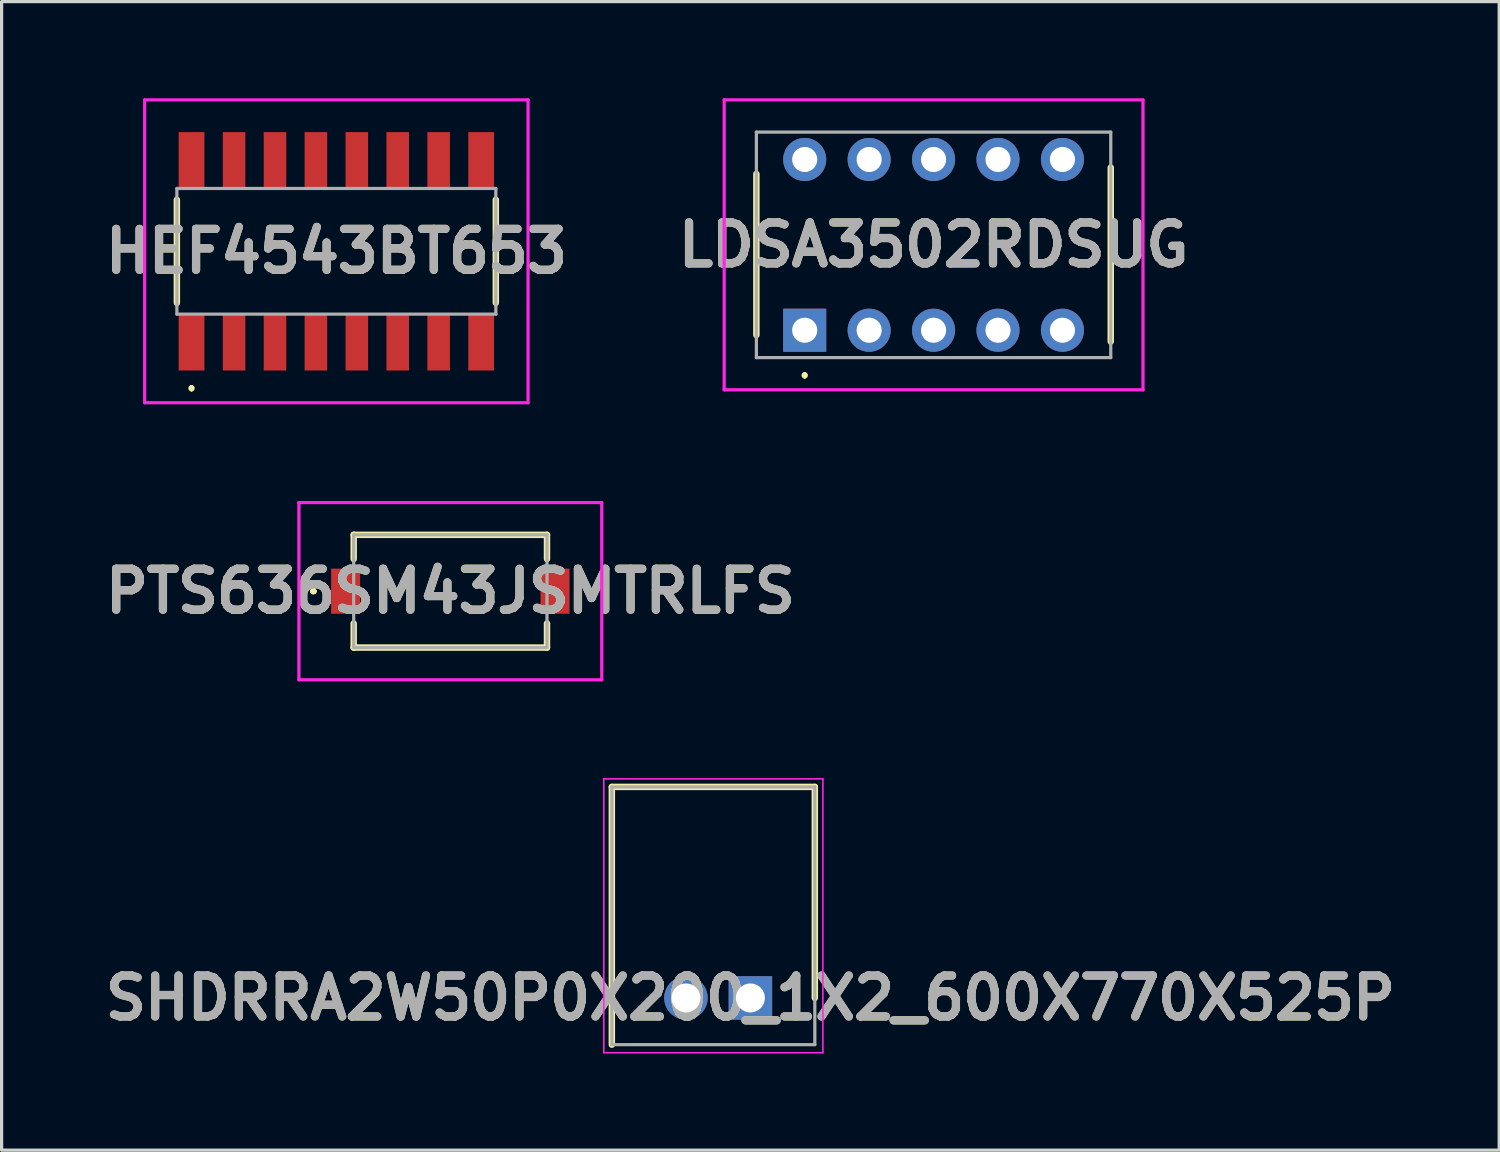
<source format=kicad_pcb>
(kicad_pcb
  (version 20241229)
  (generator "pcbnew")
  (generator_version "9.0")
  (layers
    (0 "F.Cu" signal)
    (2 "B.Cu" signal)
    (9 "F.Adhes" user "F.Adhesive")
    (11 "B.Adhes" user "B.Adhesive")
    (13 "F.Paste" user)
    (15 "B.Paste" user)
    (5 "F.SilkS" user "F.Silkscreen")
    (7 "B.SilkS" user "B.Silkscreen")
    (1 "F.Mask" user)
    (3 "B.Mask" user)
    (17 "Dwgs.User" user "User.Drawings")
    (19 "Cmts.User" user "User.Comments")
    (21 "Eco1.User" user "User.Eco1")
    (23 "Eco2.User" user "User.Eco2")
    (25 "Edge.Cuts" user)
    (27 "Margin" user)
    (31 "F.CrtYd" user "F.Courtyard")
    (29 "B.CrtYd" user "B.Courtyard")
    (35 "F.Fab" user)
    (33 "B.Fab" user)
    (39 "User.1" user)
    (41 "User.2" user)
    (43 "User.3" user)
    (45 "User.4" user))
  (footprint "PTS636SM43JSMTRLFS"
    (layer "F.Cu")
    (at 10.928 15.3)
    (property "Reference" "PTS636SM43JSMTRLFS" (at 0 0 0) (layer "F.SilkS") (effects (font (size 1.27 1.27) (thickness 0.254))))
    (attr smd)
    (fp_line (start -4.3 0) (end -4.3 0) (stroke (width 0.1) (type solid)) (layer "F.SilkS"))
    (fp_line (start -4.3 0) (end -4.3 0) (stroke (width 0.1) (type solid)) (layer "F.SilkS"))
    (fp_line (start -4.2 0) (end -4.2 0) (stroke (width 0.1) (type solid)) (layer "F.SilkS"))
    (fp_line (start -3 -1.75) (end 3 -1.75) (stroke (width 0.2) (type solid)) (layer "F.SilkS"))
    (fp_line (start -3 -1) (end -3 -1.75) (stroke (width 0.2) (type solid)) (layer "F.SilkS"))
    (fp_line (start -3 1) (end -3 1.75) (stroke (width 0.2) (type solid)) (layer "F.SilkS"))
    (fp_line (start -3 1.75) (end 3 1.75) (stroke (width 0.2) (type solid)) (layer "F.SilkS"))
    (fp_line (start 3 -1.75) (end 3 -1) (stroke (width 0.2) (type solid)) (layer "F.SilkS"))
    (fp_line (start 3 1.75) (end 3 1) (stroke (width 0.2) (type solid)) (layer "F.SilkS"))
    (fp_arc (start -4.3 0) (mid -4.25 -0.05) (end -4.2 0) (stroke (width 0.1) (type solid)) (layer "F.SilkS"))
    (fp_arc (start -4.2 0) (mid -4.25 0.05) (end -4.3 0) (stroke (width 0.1) (type solid)) (layer "F.SilkS"))
    (fp_arc (start -4.2 0) (mid -4.25 0.05) (end -4.3 0) (stroke (width 0.1) (type solid)) (layer "F.SilkS"))
    (fp_line (start -4.7 -2.75) (end 4.7 -2.75) (stroke (width 0.1) (type solid)) (layer "F.CrtYd"))
    (fp_line (start -4.7 2.75) (end -4.7 -2.75) (stroke (width 0.1) (type solid)) (layer "F.CrtYd"))
    (fp_line (start 4.7 -2.75) (end 4.7 2.75) (stroke (width 0.1) (type solid)) (layer "F.CrtYd"))
    (fp_line (start 4.7 2.75) (end -4.7 2.75) (stroke (width 0.1) (type solid)) (layer "F.CrtYd"))
    (fp_line (start -3 -1.75) (end -3 1.75) (stroke (width 0.1) (type solid)) (layer "F.Fab"))
    (fp_line (start -3 1.75) (end 3 1.75) (stroke (width 0.1) (type solid)) (layer "F.Fab"))
    (fp_line (start 3 -1.75) (end -3 -1.75) (stroke (width 0.1) (type solid)) (layer "F.Fab"))
    (fp_line (start 3 1.75) (end 3 -1.75) (stroke (width 0.1) (type solid)) (layer "F.Fab"))
    (fp_text user "${REFERENCE}" (at 0 0 0) (layer "F.Fab") (effects (font (size 1.27 1.27) (thickness 0.254))))
    (pad "1" smd rect (at -3.25 0) (size 0.9 1.4) (layers "F.Cu" "F.Mask" "F.Paste"))
    (pad "2" smd rect (at 3.25 0) (size 0.9 1.4) (layers "F.Cu" "F.Mask" "F.Paste")))
  (footprint "HEF4543BT653"
    (layer "F.Cu")
    (at 7.39 4.75)
    (property "Reference" "HEF4543BT653" (at 0 0 0) (layer "F.SilkS") (effects (font (size 1.27 1.27) (thickness 0.254))))
    (attr smd)
    (fp_line (start -4.95 -1.6) (end -4.95 1.6) (stroke (width 0.2) (type solid)) (layer "F.SilkS"))
    (fp_line (start -4.495 4.2) (end -4.495 4.2) (stroke (width 0.1) (type solid)) (layer "F.SilkS"))
    (fp_line (start -4.495 4.3) (end -4.495 4.3) (stroke (width 0.1) (type solid)) (layer "F.SilkS"))
    (fp_line (start 4.95 -1.6) (end 4.95 1.6) (stroke (width 0.2) (type solid)) (layer "F.SilkS"))
    (fp_arc (start -4.495 4.2) (mid -4.445 4.25) (end -4.495 4.3) (stroke (width 0.1) (type solid)) (layer "F.SilkS"))
    (fp_arc (start -4.495 4.3) (mid -4.545 4.25) (end -4.495 4.2) (stroke (width 0.1) (type solid)) (layer "F.SilkS"))
    (fp_line (start -5.95 -4.7) (end 5.95 -4.7) (stroke (width 0.1) (type solid)) (layer "F.CrtYd"))
    (fp_line (start -5.95 4.7) (end -5.95 -4.7) (stroke (width 0.1) (type solid)) (layer "F.CrtYd"))
    (fp_line (start 5.95 -4.7) (end 5.95 4.7) (stroke (width 0.1) (type solid)) (layer "F.CrtYd"))
    (fp_line (start 5.95 4.7) (end -5.95 4.7) (stroke (width 0.1) (type solid)) (layer "F.CrtYd"))
    (fp_line (start -4.95 -1.95) (end 4.95 -1.95) (stroke (width 0.1) (type solid)) (layer "F.Fab"))
    (fp_line (start -4.95 1.95) (end -4.95 -1.95) (stroke (width 0.1) (type solid)) (layer "F.Fab"))
    (fp_line (start 4.95 -1.95) (end 4.95 1.95) (stroke (width 0.1) (type solid)) (layer "F.Fab"))
    (fp_line (start 4.95 1.95) (end -4.95 1.95) (stroke (width 0.1) (type solid)) (layer "F.Fab"))
    (fp_text user "${REFERENCE}" (at 0 0 0) (layer "F.Fab") (effects (font (size 1.27 1.27) (thickness 0.254))))
    (pad "1" smd rect (at -4.495 2.825) (size 0.8 1.75) (layers "F.Cu" "F.Mask" "F.Paste"))
    (pad "2" smd rect (at -3.175 2.825) (size 0.7 1.75) (layers "F.Cu" "F.Mask" "F.Paste"))
    (pad "3" smd rect (at -1.905 2.825) (size 0.7 1.75) (layers "F.Cu" "F.Mask" "F.Paste"))
    (pad "4" smd rect (at -0.635 2.825) (size 0.7 1.75) (layers "F.Cu" "F.Mask" "F.Paste"))
    (pad "5" smd rect (at 0.635 2.825) (size 0.7 1.75) (layers "F.Cu" "F.Mask" "F.Paste"))
    (pad "6" smd rect (at 1.905 2.825) (size 0.7 1.75) (layers "F.Cu" "F.Mask" "F.Paste"))
    (pad "7" smd rect (at 3.175 2.825) (size 0.7 1.75) (layers "F.Cu" "F.Mask" "F.Paste"))
    (pad "8" smd rect (at 4.495 2.825) (size 0.8 1.75) (layers "F.Cu" "F.Mask" "F.Paste"))
    (pad "9" smd rect (at 4.495 -2.825) (size 0.8 1.75) (layers "F.Cu" "F.Mask" "F.Paste"))
    (pad "10" smd rect (at 3.175 -2.825) (size 0.7 1.75) (layers "F.Cu" "F.Mask" "F.Paste"))
    (pad "11" smd rect (at 1.905 -2.825) (size 0.7 1.75) (layers "F.Cu" "F.Mask" "F.Paste"))
    (pad "12" smd rect (at 0.635 -2.825) (size 0.7 1.75) (layers "F.Cu" "F.Mask" "F.Paste"))
    (pad "13" smd rect (at -0.635 -2.825) (size 0.7 1.75) (layers "F.Cu" "F.Mask" "F.Paste"))
    (pad "14" smd rect (at -1.905 -2.825) (size 0.7 1.75) (layers "F.Cu" "F.Mask" "F.Paste"))
    (pad "15" smd rect (at -3.175 -2.825) (size 0.7 1.75) (layers "F.Cu" "F.Mask" "F.Paste"))
    (pad "16" smd rect (at -4.495 -2.825) (size 0.8 1.75) (layers "F.Cu" "F.Mask" "F.Paste")))
  (footprint "SHDRRA2W50P0X200_1X2_600X770X525P"
    (layer "F.Cu")
    (at 20.241 27.925)
    (property "Reference" "SHDRRA2W50P0X200_1X2_600X770X525P" (at 0 0 0) (layer "F.SilkS") (effects (font (size 1.27 1.27) (thickness 0.254))))
    (attr through_hole)
    (fp_line (start -4.3 -6.55) (end -4.3 1.45) (stroke (width 0.2) (type solid)) (layer "F.SilkS"))
    (fp_line (start 2 -6.55) (end -4.3 -6.55) (stroke (width 0.2) (type solid)) (layer "F.SilkS"))
    (fp_line (start 2 0) (end 2 -6.55) (stroke (width 0.2) (type solid)) (layer "F.SilkS"))
    (fp_line (start -4.55 -6.8) (end 2.25 -6.8) (stroke (width 0.05) (type solid)) (layer "F.CrtYd"))
    (fp_line (start -4.55 1.7) (end -4.55 -6.8) (stroke (width 0.05) (type solid)) (layer "F.CrtYd"))
    (fp_line (start 2.25 -6.8) (end 2.25 1.7) (stroke (width 0.05) (type solid)) (layer "F.CrtYd"))
    (fp_line (start 2.25 1.7) (end -4.55 1.7) (stroke (width 0.05) (type solid)) (layer "F.CrtYd"))
    (fp_line (start -4.3 -6.55) (end 2 -6.55) (stroke (width 0.1) (type solid)) (layer "F.Fab"))
    (fp_line (start -4.3 1.45) (end -4.3 -6.55) (stroke (width 0.1) (type solid)) (layer "F.Fab"))
    (fp_line (start 2 -6.55) (end 2 1.45) (stroke (width 0.1) (type solid)) (layer "F.Fab"))
    (fp_line (start 2 1.45) (end -4.3 1.45) (stroke (width 0.1) (type solid)) (layer "F.Fab"))
    (fp_text user "${REFERENCE}" (at 0 0 0) (layer "F.Fab") (effects (font (size 1.27 1.27) (thickness 0.254))))
    (pad "1" thru_hole rect (at 0 0) (size 1.35 1.35) (drill 0.9) (layers "*.Cu" "*.Mask"))
    (pad "2" thru_hole circle (at -2 0) (size 1.35 1.35) (drill 0.9) (layers "*.Cu" "*.Mask")))
  (footprint "LDSA3502RDSUG"
    (layer "F.Cu")
    (at 21.927 7.2)
    (property "Reference" "LDSA3502RDSUG" (at 4 -2.65 0) (layer "F.SilkS") (effects (font (size 1.27 1.27) (thickness 0.254))))
    (attr through_hole)
    (fp_line (start -1.5 0.15) (end -1.5 -4.85) (stroke (width 0.2) (type solid)) (layer "F.SilkS"))
    (fp_line (start 0 1.35) (end 0 1.35) (stroke (width 0.1) (type solid)) (layer "F.SilkS"))
    (fp_line (start 0 1.45) (end 0 1.45) (stroke (width 0.1) (type solid)) (layer "F.SilkS"))
    (fp_line (start 9.5 -5.05) (end 9.5 0.35) (stroke (width 0.2) (type solid)) (layer "F.SilkS"))
    (fp_arc (start 0 1.35) (mid 0.05 1.4) (end 0 1.45) (stroke (width 0.1) (type solid)) (layer "F.SilkS"))
    (fp_arc (start 0 1.45) (mid -0.05 1.4) (end 0 1.35) (stroke (width 0.1) (type solid)) (layer "F.SilkS"))
    (fp_line (start -2.5 -7.15) (end 10.5 -7.15) (stroke (width 0.1) (type solid)) (layer "F.CrtYd"))
    (fp_line (start -2.5 1.85) (end -2.5 -7.15) (stroke (width 0.1) (type solid)) (layer "F.CrtYd"))
    (fp_line (start 10.5 -7.15) (end 10.5 1.85) (stroke (width 0.1) (type solid)) (layer "F.CrtYd"))
    (fp_line (start 10.5 1.85) (end -2.5 1.85) (stroke (width 0.1) (type solid)) (layer "F.CrtYd"))
    (fp_line (start -1.5 -6.15) (end -1.5 0.85) (stroke (width 0.1) (type solid)) (layer "F.Fab"))
    (fp_line (start -1.5 0.85) (end 9.5 0.85) (stroke (width 0.1) (type solid)) (layer "F.Fab"))
    (fp_line (start 9.5 -6.15) (end -1.5 -6.15) (stroke (width 0.1) (type solid)) (layer "F.Fab"))
    (fp_line (start 9.5 0.85) (end 9.5 -6.15) (stroke (width 0.1) (type solid)) (layer "F.Fab"))
    (fp_text user "${REFERENCE}" (at 4 -2.65 0) (layer "F.Fab") (effects (font (size 1.27 1.27) (thickness 0.254))))
    (pad "1" thru_hole rect (at 0 0) (size 1.337 1.337) (drill 0.78) (layers "*.Cu" "*.Mask"))
    (pad "2" thru_hole circle (at 2 0) (size 1.337 1.337) (drill 0.78) (layers "*.Cu" "*.Mask"))
    (pad "3" thru_hole circle (at 4 0) (size 1.337 1.337) (drill 0.78) (layers "*.Cu" "*.Mask"))
    (pad "4" thru_hole circle (at 6 0) (size 1.337 1.337) (drill 0.78) (layers "*.Cu" "*.Mask"))
    (pad "5" thru_hole circle (at 8 0) (size 1.337 1.337) (drill 0.78) (layers "*.Cu" "*.Mask"))
    (pad "6" thru_hole circle (at 8 -5.3) (size 1.337 1.337) (drill 0.78) (layers "*.Cu" "*.Mask"))
    (pad "7" thru_hole circle (at 6 -5.3) (size 1.337 1.337) (drill 0.78) (layers "*.Cu" "*.Mask"))
    (pad "8" thru_hole circle (at 4 -5.3) (size 1.337 1.337) (drill 0.78) (layers "*.Cu" "*.Mask"))
    (pad "9" thru_hole circle (at 2 -5.3) (size 1.337 1.337) (drill 0.78) (layers "*.Cu" "*.Mask"))
    (pad "10" thru_hole circle (at 0 -5.3) (size 1.337 1.337) (drill 0.78) (layers "*.Cu" "*.Mask")))
  (gr_rect
    (start -3 -3)
    (end 43.483 32.65)
    (stroke (width 0.1) (type default))
    (fill no)
    (layer "Edge.Cuts")))
</source>
